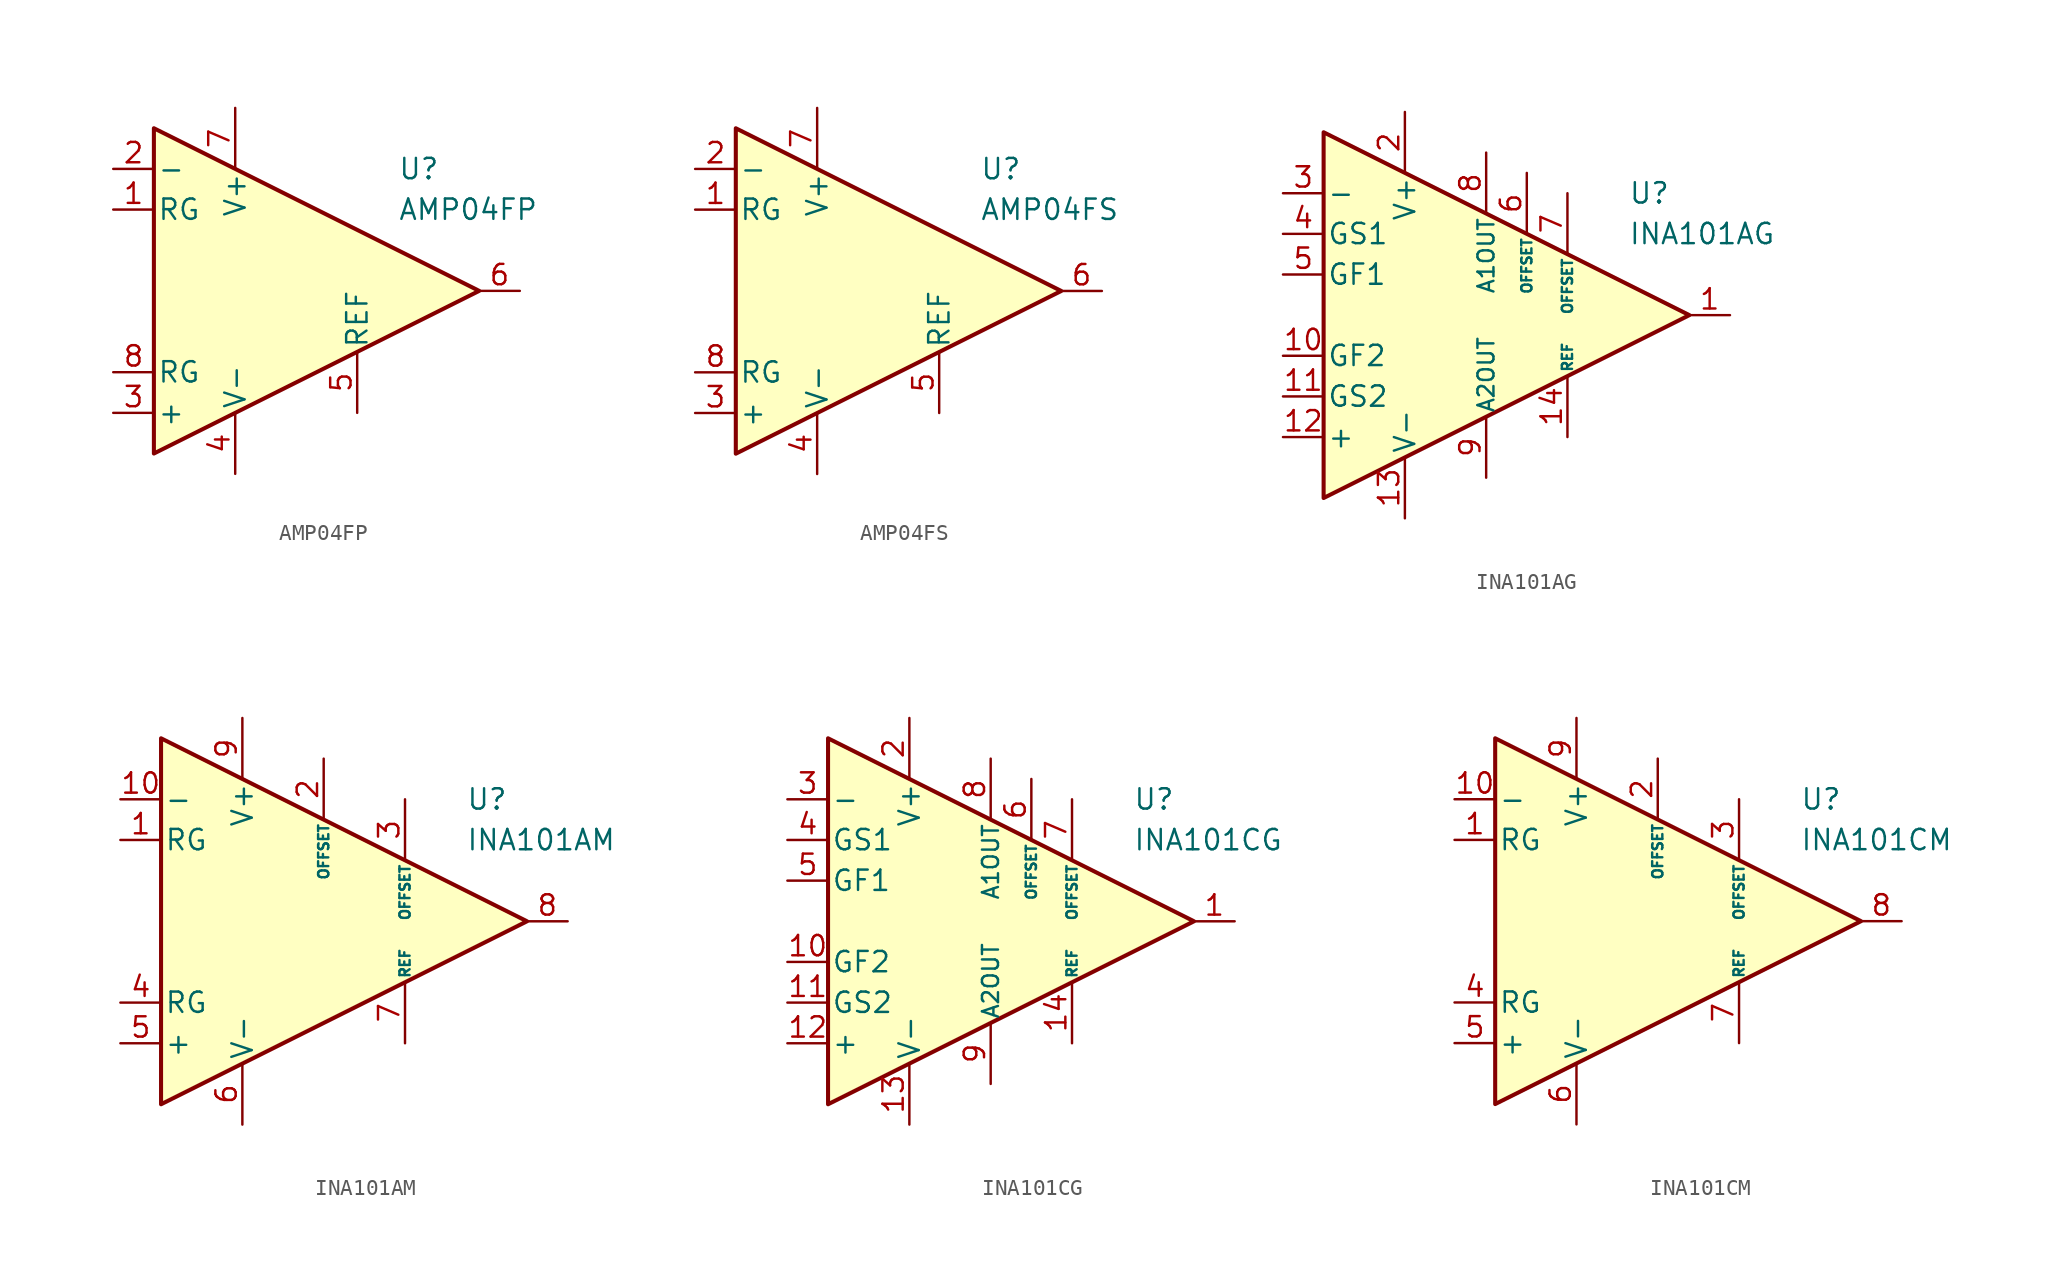
<source format=kicad_sym>
(kicad_symbol_lib
  (version 20231120)
  (generator "kicad_symbol_editor")
  (generator_version "8.0")
  (symbol "AMP04FP"
    (pin_names
      (offset 0.2))
    (property "Reference" "U"
      (at 6.35 7.62 0)
      (effects (font (size 1.27 1.27)) (justify left)))
    (property "Value" "AMP04FP"
      (at 6.35 5.08 0)
      (effects (font (size 1.27 1.27)) (justify left)))
    (symbol "AMP04FP_0_1"
      (polyline (pts (xy -8.89 10.16) (xy -8.89 -10.16) (xy 11.43 0) (xy -8.89 10.16)) (stroke (width 0.254) (type default)) (fill (type background))))
    (symbol "AMP04FP_1_1"
      (pin passive line (at -11.43 5.08 0) (length 2.54) (name "RG" (effects (font (size 1.27 1.27)))) (number "1" (effects (font (size 1.27 1.27)))))
      (pin input line (at -11.43 7.62 0) (length 2.54) (name "-" (effects (font (size 1.27 1.27)))) (number "2" (effects (font (size 1.27 1.27)))))
      (pin input line (at -11.43 -7.62 0) (length 2.54) (name "+" (effects (font (size 1.27 1.27)))) (number "3" (effects (font (size 1.27 1.27)))))
      (pin power_in line (at -3.81 -11.43 90) (length 3.81) (name "V-" (effects (font (size 1.27 1.27)))) (number "4" (effects (font (size 1.27 1.27)))))
      (pin input line (at 3.81 -7.62 90) (length 3.81) (name "REF" (effects (font (size 1.27 1.27)))) (number "5" (effects (font (size 1.27 1.27)))))
      (pin output line (at 13.97 0 180) (length 2.54) (name "~" (effects (font (size 1.27 1.27)))) (number "6" (effects (font (size 1.27 1.27)))))
      (pin power_in line (at -3.81 11.43 270) (length 3.81) (name "V+" (effects (font (size 1.27 1.27)))) (number "7" (effects (font (size 1.27 1.27)))))
      (pin passive line (at -11.43 -5.08 0) (length 2.54) (name "RG" (effects (font (size 1.27 1.27)))) (number "8" (effects (font (size 1.27 1.27)))))))
  (symbol "AMP04FS"
    (pin_names
      (offset 0.2))
    (property "Reference" "U"
      (at 6.35 7.62 0)
      (effects (font (size 1.27 1.27)) (justify left)))
    (property "Value" "AMP04FS"
      (at 6.35 5.08 0)
      (effects (font (size 1.27 1.27)) (justify left)))
    (symbol "AMP04FS_0_1"
      (polyline (pts (xy -8.89 10.16) (xy -8.89 -10.16) (xy 11.43 0) (xy -8.89 10.16)) (stroke (width 0.254) (type default)) (fill (type background))))
    (symbol "AMP04FS_1_1"
      (pin passive line (at -11.43 5.08 0) (length 2.54) (name "RG" (effects (font (size 1.27 1.27)))) (number "1" (effects (font (size 1.27 1.27)))))
      (pin input line (at -11.43 7.62 0) (length 2.54) (name "-" (effects (font (size 1.27 1.27)))) (number "2" (effects (font (size 1.27 1.27)))))
      (pin input line (at -11.43 -7.62 0) (length 2.54) (name "+" (effects (font (size 1.27 1.27)))) (number "3" (effects (font (size 1.27 1.27)))))
      (pin power_in line (at -3.81 -11.43 90) (length 3.81) (name "V-" (effects (font (size 1.27 1.27)))) (number "4" (effects (font (size 1.27 1.27)))))
      (pin input line (at 3.81 -7.62 90) (length 3.81) (name "REF" (effects (font (size 1.27 1.27)))) (number "5" (effects (font (size 1.27 1.27)))))
      (pin output line (at 13.97 0 180) (length 2.54) (name "~" (effects (font (size 1.27 1.27)))) (number "6" (effects (font (size 1.27 1.27)))))
      (pin power_in line (at -3.81 11.43 270) (length 3.81) (name "V+" (effects (font (size 1.27 1.27)))) (number "7" (effects (font (size 1.27 1.27)))))
      (pin passive line (at -11.43 -5.08 0) (length 2.54) (name "RG" (effects (font (size 1.27 1.27)))) (number "8" (effects (font (size 1.27 1.27)))))))
  (symbol "INA101AG"
    (pin_names
      (offset 0.2))
    (property "Reference" "U"
      (at 10.16 7.62 0)
      (effects (font (size 1.27 1.27)) (justify left)))
    (property "Value" "INA101AG"
      (at 10.16 5.08 0)
      (effects (font (size 1.27 1.27)) (justify left)))
    (symbol "INA101AG_0_1"
      (polyline (pts (xy -8.89 11.43) (xy -8.89 -11.43) (xy 13.97 0) (xy -8.89 11.43)) (stroke (width 0.254) (type default)) (fill (type background))))
    (symbol "INA101AG_1_1"
      (pin output line (at 16.51 0 180) (length 2.54) (name "~" (effects (font (size 1.27 1.27)))) (number "1" (effects (font (size 1.27 1.27)))))
      (pin passive line (at -11.43 -2.54 0) (length 2.54) (name "GF2" (effects (font (size 1.27 1.27)))) (number "10" (effects (font (size 1.27 1.27)))))
      (pin passive line (at -11.43 -5.08 0) (length 2.54) (name "GS2" (effects (font (size 1.27 1.27)))) (number "11" (effects (font (size 1.27 1.27)))))
      (pin input line (at -11.43 -7.62 0) (length 2.54) (name "+" (effects (font (size 1.27 1.27)))) (number "12" (effects (font (size 1.27 1.27)))))
      (pin power_in line (at -3.81 -12.7 90) (length 3.81) (name "V-" (effects (font (size 1.27 1.27)))) (number "13" (effects (font (size 1.27 1.27)))))
      (pin input line (at 6.35 -7.62 90) (length 3.81) (name "REF" (effects (font (size 0.635 0.635)))) (number "14" (effects (font (size 1.27 1.27)))))
      (pin power_in line (at -3.81 12.7 270) (length 3.81) (name "V+" (effects (font (size 1.27 1.27)))) (number "2" (effects (font (size 1.27 1.27)))))
      (pin input line (at -11.43 7.62 0) (length 2.54) (name "-" (effects (font (size 1.27 1.27)))) (number "3" (effects (font (size 1.27 1.27)))))
      (pin passive line (at -11.43 5.08 0) (length 2.54) (name "GS1" (effects (font (size 1.27 1.27)))) (number "4" (effects (font (size 1.27 1.27)))))
      (pin passive line (at -11.43 2.54 0) (length 2.54) (name "GF1" (effects (font (size 1.27 1.27)))) (number "5" (effects (font (size 1.27 1.27)))))
      (pin passive line (at 3.81 8.89 270) (length 3.81) (name "OFFSET" (effects (font (size 0.635 0.635)))) (number "6" (effects (font (size 1.27 1.27)))))
      (pin passive line (at 6.35 7.62 270) (length 3.81) (name "OFFSET" (effects (font (size 0.635 0.635)))) (number "7" (effects (font (size 1.27 1.27)))))
      (pin passive line (at 1.27 10.16 270) (length 3.81) (name "A1OUT" (effects (font (size 1 1)))) (number "8" (effects (font (size 1.27 1.27)))))
      (pin passive line (at 1.27 -10.16 90) (length 3.81) (name "A2OUT" (effects (font (size 1 1)))) (number "9" (effects (font (size 1.27 1.27)))))))
  (symbol "INA101AM"
    (pin_names
      (offset 0.2))
    (property "Reference" "U"
      (at 10.16 7.62 0)
      (effects (font (size 1.27 1.27)) (justify left)))
    (property "Value" "INA101AM"
      (at 10.16 5.08 0)
      (effects (font (size 1.27 1.27)) (justify left)))
    (symbol "INA101AM_0_1"
      (polyline (pts (xy -8.89 11.43) (xy -8.89 -11.43) (xy 13.97 0) (xy -8.89 11.43)) (stroke (width 0.254) (type default)) (fill (type background))))
    (symbol "INA101AM_1_1"
      (pin passive line (at -11.43 5.08 0) (length 2.54) (name "RG" (effects (font (size 1.27 1.27)))) (number "1" (effects (font (size 1.27 1.27)))))
      (pin input line (at -11.43 7.62 0) (length 2.54) (name "-" (effects (font (size 1.27 1.27)))) (number "10" (effects (font (size 1.27 1.27)))))
      (pin passive line (at 1.27 10.16 270) (length 3.81) (name "OFFSET" (effects (font (size 0.635 0.635)))) (number "2" (effects (font (size 1.27 1.27)))))
      (pin passive line (at 6.35 7.62 270) (length 3.81) (name "OFFSET" (effects (font (size 0.635 0.635)))) (number "3" (effects (font (size 1.27 1.27)))))
      (pin passive line (at -11.43 -5.08 0) (length 2.54) (name "RG" (effects (font (size 1.27 1.27)))) (number "4" (effects (font (size 1.27 1.27)))))
      (pin input line (at -11.43 -7.62 0) (length 2.54) (name "+" (effects (font (size 1.27 1.27)))) (number "5" (effects (font (size 1.27 1.27)))))
      (pin power_in line (at -3.81 -12.7 90) (length 3.81) (name "V-" (effects (font (size 1.27 1.27)))) (number "6" (effects (font (size 1.27 1.27)))))
      (pin input line (at 6.35 -7.62 90) (length 3.81) (name "REF" (effects (font (size 0.635 0.635)))) (number "7" (effects (font (size 1.27 1.27)))))
      (pin output line (at 16.51 0 180) (length 2.54) (name "~" (effects (font (size 1.27 1.27)))) (number "8" (effects (font (size 1.27 1.27)))))
      (pin power_in line (at -3.81 12.7 270) (length 3.81) (name "V+" (effects (font (size 1.27 1.27)))) (number "9" (effects (font (size 1.27 1.27)))))))
  (symbol "INA101CG"
    (pin_names
      (offset 0.2))
    (property "Reference" "U"
      (at 10.16 7.62 0)
      (effects (font (size 1.27 1.27)) (justify left)))
    (property "Value" "INA101CG"
      (at 10.16 5.08 0)
      (effects (font (size 1.27 1.27)) (justify left)))
    (symbol "INA101CG_0_1"
      (polyline (pts (xy -8.89 11.43) (xy -8.89 -11.43) (xy 13.97 0) (xy -8.89 11.43)) (stroke (width 0.254) (type default)) (fill (type background))))
    (symbol "INA101CG_1_1"
      (pin output line (at 16.51 0 180) (length 2.54) (name "~" (effects (font (size 1.27 1.27)))) (number "1" (effects (font (size 1.27 1.27)))))
      (pin passive line (at -11.43 -2.54 0) (length 2.54) (name "GF2" (effects (font (size 1.27 1.27)))) (number "10" (effects (font (size 1.27 1.27)))))
      (pin passive line (at -11.43 -5.08 0) (length 2.54) (name "GS2" (effects (font (size 1.27 1.27)))) (number "11" (effects (font (size 1.27 1.27)))))
      (pin input line (at -11.43 -7.62 0) (length 2.54) (name "+" (effects (font (size 1.27 1.27)))) (number "12" (effects (font (size 1.27 1.27)))))
      (pin power_in line (at -3.81 -12.7 90) (length 3.81) (name "V-" (effects (font (size 1.27 1.27)))) (number "13" (effects (font (size 1.27 1.27)))))
      (pin input line (at 6.35 -7.62 90) (length 3.81) (name "REF" (effects (font (size 0.635 0.635)))) (number "14" (effects (font (size 1.27 1.27)))))
      (pin power_in line (at -3.81 12.7 270) (length 3.81) (name "V+" (effects (font (size 1.27 1.27)))) (number "2" (effects (font (size 1.27 1.27)))))
      (pin input line (at -11.43 7.62 0) (length 2.54) (name "-" (effects (font (size 1.27 1.27)))) (number "3" (effects (font (size 1.27 1.27)))))
      (pin passive line (at -11.43 5.08 0) (length 2.54) (name "GS1" (effects (font (size 1.27 1.27)))) (number "4" (effects (font (size 1.27 1.27)))))
      (pin passive line (at -11.43 2.54 0) (length 2.54) (name "GF1" (effects (font (size 1.27 1.27)))) (number "5" (effects (font (size 1.27 1.27)))))
      (pin passive line (at 3.81 8.89 270) (length 3.81) (name "OFFSET" (effects (font (size 0.635 0.635)))) (number "6" (effects (font (size 1.27 1.27)))))
      (pin passive line (at 6.35 7.62 270) (length 3.81) (name "OFFSET" (effects (font (size 0.635 0.635)))) (number "7" (effects (font (size 1.27 1.27)))))
      (pin passive line (at 1.27 10.16 270) (length 3.81) (name "A1OUT" (effects (font (size 1 1)))) (number "8" (effects (font (size 1.27 1.27)))))
      (pin passive line (at 1.27 -10.16 90) (length 3.81) (name "A2OUT" (effects (font (size 1 1)))) (number "9" (effects (font (size 1.27 1.27)))))))
  (symbol "INA101CM"
    (pin_names
      (offset 0.2))
    (property "Reference" "U"
      (at 10.16 7.62 0)
      (effects (font (size 1.27 1.27)) (justify left)))
    (property "Value" "INA101CM"
      (at 10.16 5.08 0)
      (effects (font (size 1.27 1.27)) (justify left)))
    (symbol "INA101CM_0_1"
      (polyline (pts (xy -8.89 11.43) (xy -8.89 -11.43) (xy 13.97 0) (xy -8.89 11.43)) (stroke (width 0.254) (type default)) (fill (type background))))
    (symbol "INA101CM_1_1"
      (pin passive line (at -11.43 5.08 0) (length 2.54) (name "RG" (effects (font (size 1.27 1.27)))) (number "1" (effects (font (size 1.27 1.27)))))
      (pin input line (at -11.43 7.62 0) (length 2.54) (name "-" (effects (font (size 1.27 1.27)))) (number "10" (effects (font (size 1.27 1.27)))))
      (pin passive line (at 1.27 10.16 270) (length 3.81) (name "OFFSET" (effects (font (size 0.635 0.635)))) (number "2" (effects (font (size 1.27 1.27)))))
      (pin passive line (at 6.35 7.62 270) (length 3.81) (name "OFFSET" (effects (font (size 0.635 0.635)))) (number "3" (effects (font (size 1.27 1.27)))))
      (pin passive line (at -11.43 -5.08 0) (length 2.54) (name "RG" (effects (font (size 1.27 1.27)))) (number "4" (effects (font (size 1.27 1.27)))))
      (pin input line (at -11.43 -7.62 0) (length 2.54) (name "+" (effects (font (size 1.27 1.27)))) (number "5" (effects (font (size 1.27 1.27)))))
      (pin power_in line (at -3.81 -12.7 90) (length 3.81) (name "V-" (effects (font (size 1.27 1.27)))) (number "6" (effects (font (size 1.27 1.27)))))
      (pin input line (at 6.35 -7.62 90) (length 3.81) (name "REF" (effects (font (size 0.635 0.635)))) (number "7" (effects (font (size 1.27 1.27)))))
      (pin output line (at 16.51 0 180) (length 2.54) (name "~" (effects (font (size 1.27 1.27)))) (number "8" (effects (font (size 1.27 1.27)))))
      (pin power_in line (at -3.81 12.7 270) (length 3.81) (name "V+" (effects (font (size 1.27 1.27)))) (number "9" (effects (font (size 1.27 1.27))))))))
</source>
